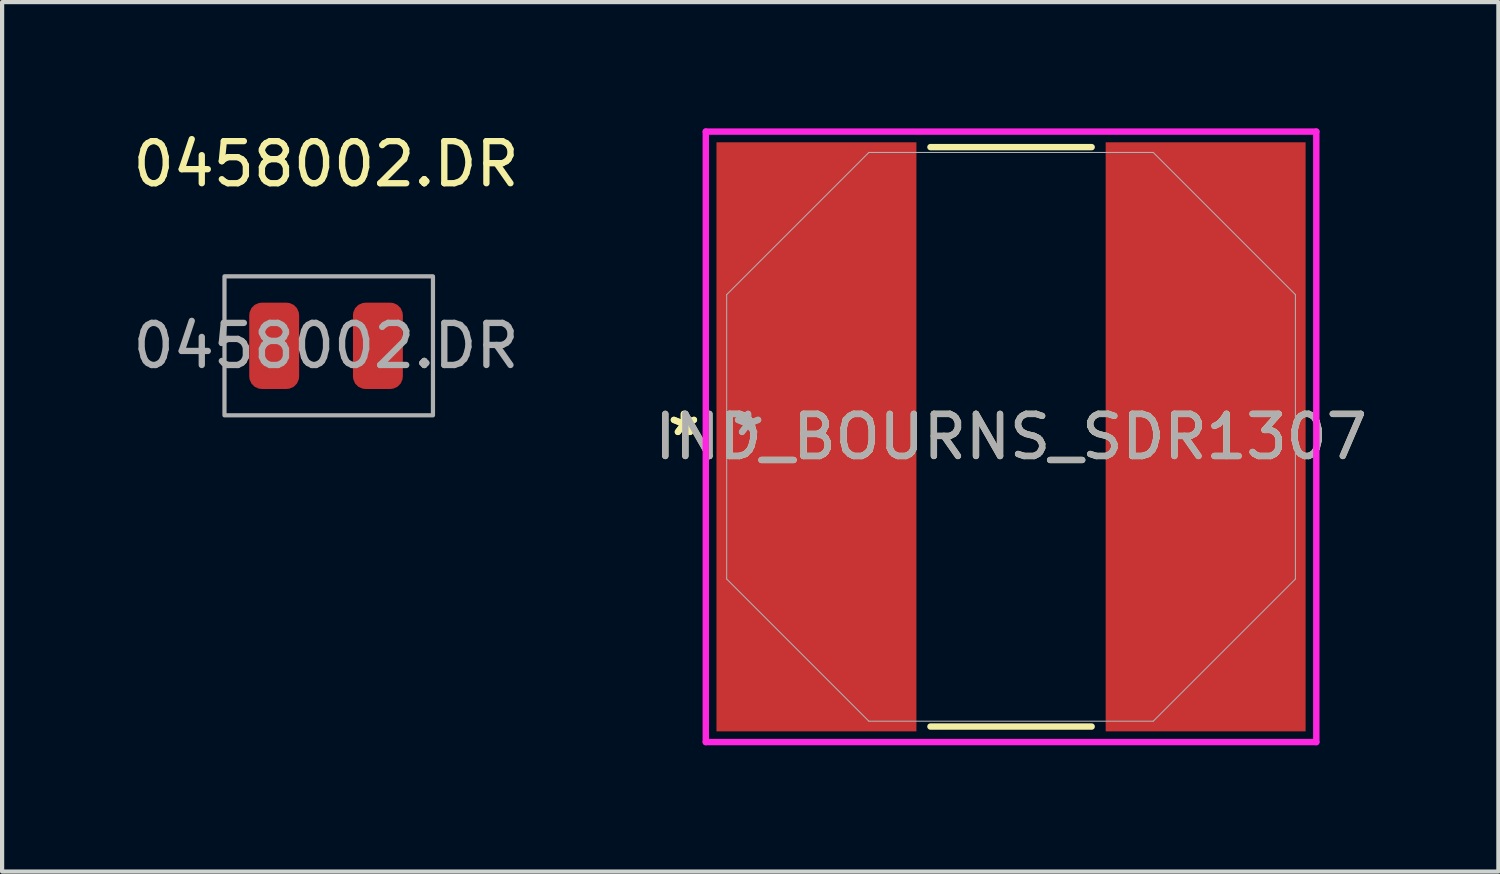
<source format=kicad_pcb>
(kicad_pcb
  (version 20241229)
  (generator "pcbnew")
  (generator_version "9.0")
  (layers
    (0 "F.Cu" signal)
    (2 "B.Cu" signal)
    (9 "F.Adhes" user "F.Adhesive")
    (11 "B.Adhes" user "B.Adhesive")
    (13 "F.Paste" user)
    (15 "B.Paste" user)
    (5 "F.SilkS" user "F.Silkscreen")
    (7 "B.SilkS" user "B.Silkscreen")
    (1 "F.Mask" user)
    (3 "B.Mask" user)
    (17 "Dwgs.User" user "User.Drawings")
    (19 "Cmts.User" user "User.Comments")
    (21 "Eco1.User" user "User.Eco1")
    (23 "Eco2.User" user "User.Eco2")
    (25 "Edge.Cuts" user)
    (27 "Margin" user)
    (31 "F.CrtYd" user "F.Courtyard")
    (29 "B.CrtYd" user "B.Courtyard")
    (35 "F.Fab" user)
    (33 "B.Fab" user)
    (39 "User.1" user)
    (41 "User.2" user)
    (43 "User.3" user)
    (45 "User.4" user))
  (footprint "IND_BOURNS_SDR1307"
    (layer "F.Cu")
    (at 20.97 7.328)
    (property "Reference" "IND_BOURNS_SDR1307" (at 0 0 0) (unlocked yes) (layer "F.SilkS") (effects (font (size 1 1) (thickness 0.15))))
    (attr smd)
    (fp_line (start -1.915 6.883) (end 1.915 6.883) (stroke (width 0.152) (type solid)) (layer "F.SilkS"))
    (fp_line (start 1.915 -6.883) (end -1.915 -6.883) (stroke (width 0.152) (type solid)) (layer "F.SilkS"))
    (fp_line (start -7.252 -7.252) (end 7.252 -7.252) (stroke (width 0.152) (type solid)) (layer "F.CrtYd"))
    (fp_line (start -7.252 7.252) (end -7.252 -7.252) (stroke (width 0.152) (type solid)) (layer "F.CrtYd"))
    (fp_line (start 7.252 -7.252) (end 7.252 7.252) (stroke (width 0.152) (type solid)) (layer "F.CrtYd"))
    (fp_line (start 7.252 7.252) (end -7.252 7.252) (stroke (width 0.152) (type solid)) (layer "F.CrtYd"))
    (fp_line (start -6.756 -3.378) (end -6.756 3.378) (stroke (width 0.025) (type solid)) (layer "F.Fab"))
    (fp_line (start -6.756 3.378) (end -3.378 6.756) (stroke (width 0.025) (type solid)) (layer "F.Fab"))
    (fp_line (start -3.378 -6.756) (end -6.756 -3.378) (stroke (width 0.025) (type solid)) (layer "F.Fab"))
    (fp_line (start -3.378 6.756) (end 3.378 6.756) (stroke (width 0.025) (type solid)) (layer "F.Fab"))
    (fp_line (start 3.378 -6.756) (end -3.378 -6.756) (stroke (width 0.025) (type solid)) (layer "F.Fab"))
    (fp_line (start 3.378 6.756) (end 6.756 3.378) (stroke (width 0.025) (type solid)) (layer "F.Fab"))
    (fp_line (start 6.756 -3.378) (end 3.378 -6.756) (stroke (width 0.025) (type solid)) (layer "F.Fab"))
    (fp_line (start 6.756 3.378) (end 6.756 -3.378) (stroke (width 0.025) (type solid)) (layer "F.Fab"))
    (fp_text user "*" (at -7.772 0 0) (unlocked yes) (layer "F.SilkS") (effects (font (size 1 1) (thickness 0.15))))
    (fp_text user "*" (at -7.772 0 0) (layer "F.SilkS") (effects (font (size 1 1) (thickness 0.15))))
    (fp_text user "*" (at -6.248 0 0) (unlocked yes) (layer "F.Fab") (effects (font (size 1 1) (thickness 0.15))))
    (fp_text user "${REFERENCE}" (at 0 0 0) (unlocked yes) (layer "F.Fab") (effects (font (size 1 1) (thickness 0.15))))
    (fp_text user "*" (at -6.248 0 0) (layer "F.Fab") (effects (font (size 1 1) (thickness 0.15))))
    (pad "1" smd rect (at -4.623 0) (size 4.75 13.995) (layers "F.Cu" "F.Mask" "F.Paste"))
    (pad "2" smd rect (at 4.623 0) (size 4.75 13.995) (layers "F.Cu" "F.Mask" "F.Paste")))
  (footprint "0458002.DR"
    (layer "F.Cu")
    (at 4.696 5.166)
    (property "Reference" "0458002.DR" (at 0 -4.318 0) (unlocked yes) (layer "F.SilkS") (effects (font (size 1 1) (thickness 0.15))))
    (attr smd)
    (fp_rect (start -2.413 -1.651) (end 2.54 1.651) (stroke (width 0.1) (type default)) (fill no) (layer "F.Fab"))
    (fp_text user "${REFERENCE}" (at 0 0 0) (unlocked yes) (layer "F.Fab") (effects (font (size 1 1) (thickness 0.15))))
    (pad "1" smd roundrect (at 1.232 0) (size 1.185 2.05) (layers "F.Cu" "F.Mask" "F.Paste") (roundrect_rratio 0.25))
    (pad "2" smd roundrect (at -1.232 0) (size 1.185 2.05) (layers "F.Cu" "F.Mask" "F.Paste") (roundrect_rratio 0.25)))
  (gr_rect
    (start -3 -3)
    (end 32.548 17.656)
    (stroke (width 0.1) (type default))
    (fill no)
    (layer "Edge.Cuts")))
</source>
